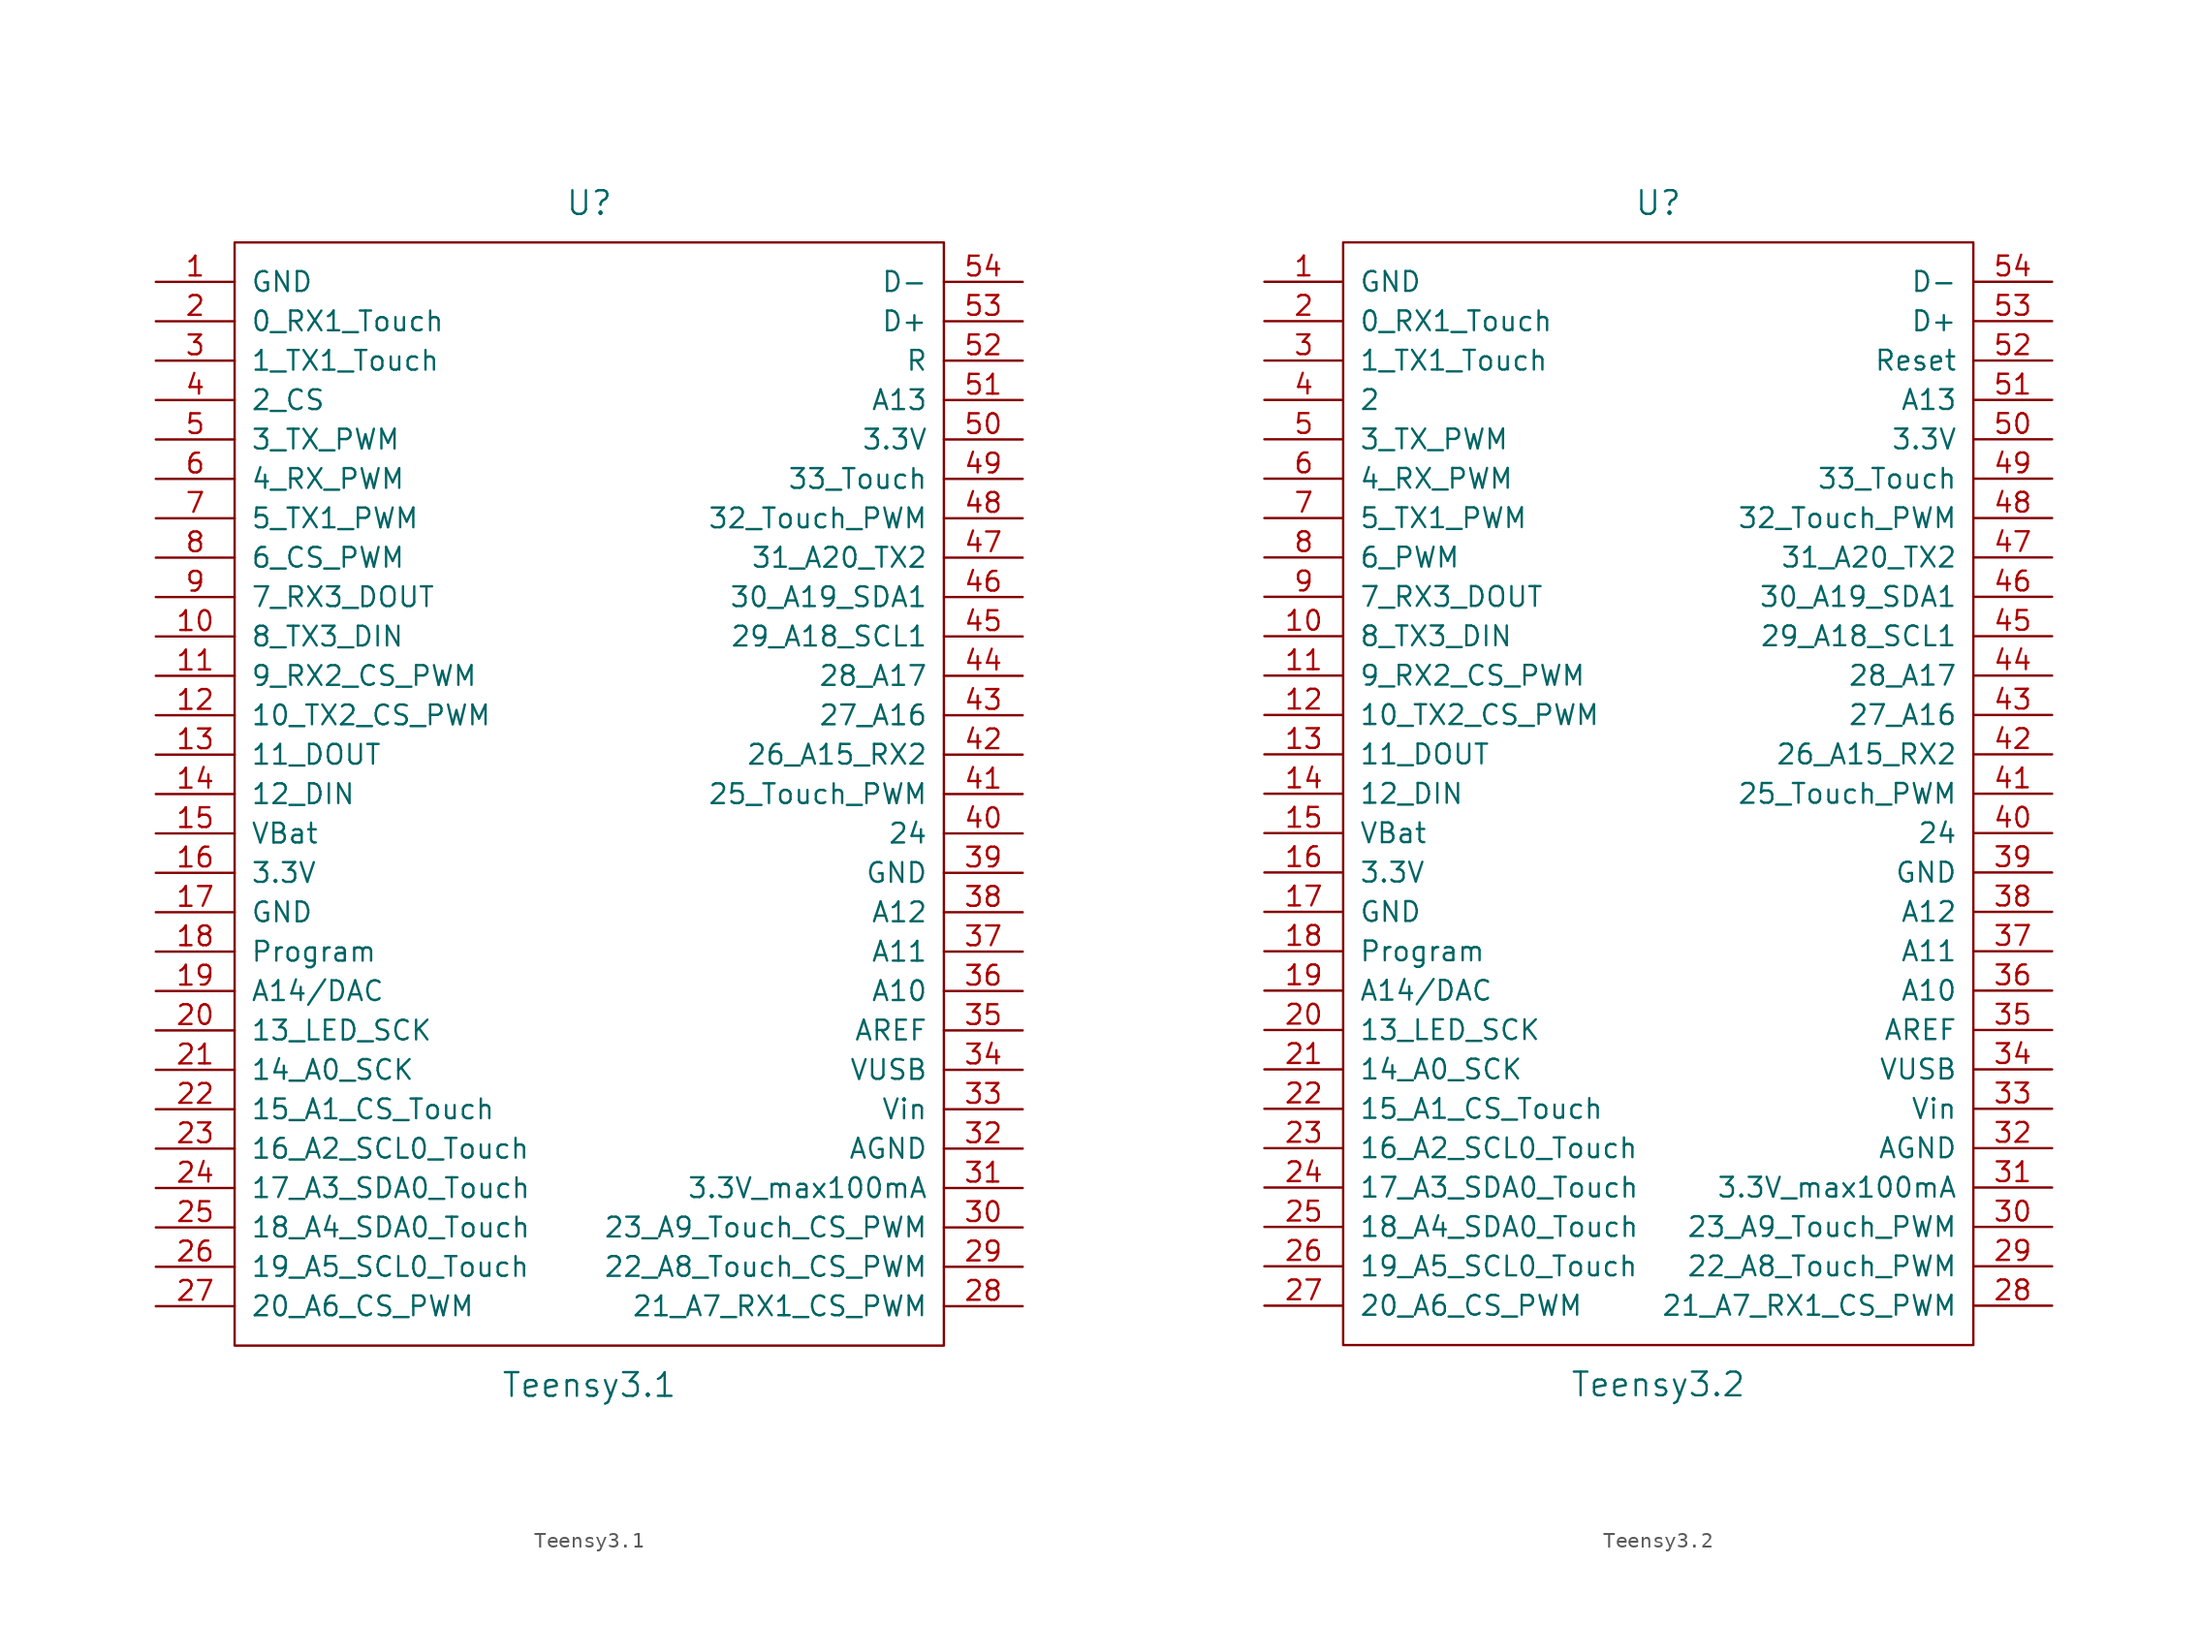
<source format=kicad_sym>
(kicad_symbol_lib
  (version 20211014)
  (generator kicad_symbol_editor)
  (symbol "Teensy3.1"
    (pin_names
      (offset 1.016))
    (property "Reference" "U"
      (at 0 38.1 0)
      (effects (font (size 1.524 1.524))))
    (property "Value" "Teensy3.1"
      (at 0 -38.1 0)
      (effects (font (size 1.524 1.524))))
    (property "Footprint" ""
      (at 0 -20.32 0)
      (effects (font (size 1.524 1.524))))
    (property "Datasheet" ""
      (at 0 -20.32 0)
      (effects (font (size 1.524 1.524))))
    (symbol "Teensy3.1_0_1"
      (rectangle (start -22.86 35.56) (end 22.86 -35.56) (stroke (width 0) (type default) (color 0 0 0 0)) (fill (type none))))
    (symbol "Teensy3.1_1_1"
      (pin power_in line (at -27.94 33.02 0) (length 5.08) (name "GND" (effects (font (size 1.27 1.27)))) (number "1" (effects (font (size 1.27 1.27)))))
      (pin bidirectional line (at -27.94 10.16 0) (length 5.08) (name "8_TX3_DIN" (effects (font (size 1.27 1.27)))) (number "10" (effects (font (size 1.27 1.27)))))
      (pin bidirectional line (at -27.94 7.62 0) (length 5.08) (name "9_RX2_CS_PWM" (effects (font (size 1.27 1.27)))) (number "11" (effects (font (size 1.27 1.27)))))
      (pin bidirectional line (at -27.94 5.08 0) (length 5.08) (name "10_TX2_CS_PWM" (effects (font (size 1.27 1.27)))) (number "12" (effects (font (size 1.27 1.27)))))
      (pin bidirectional line (at -27.94 2.54 0) (length 5.08) (name "11_DOUT" (effects (font (size 1.27 1.27)))) (number "13" (effects (font (size 1.27 1.27)))))
      (pin bidirectional line (at -27.94 0 0) (length 5.08) (name "12_DIN" (effects (font (size 1.27 1.27)))) (number "14" (effects (font (size 1.27 1.27)))))
      (pin power_in line (at -27.94 -2.54 0) (length 5.08) (name "VBat" (effects (font (size 1.27 1.27)))) (number "15" (effects (font (size 1.27 1.27)))))
      (pin power_in line (at -27.94 -5.08 0) (length 5.08) (name "3.3V" (effects (font (size 1.27 1.27)))) (number "16" (effects (font (size 1.27 1.27)))))
      (pin power_in line (at -27.94 -7.62 0) (length 5.08) (name "GND" (effects (font (size 1.27 1.27)))) (number "17" (effects (font (size 1.27 1.27)))))
      (pin input line (at -27.94 -10.16 0) (length 5.08) (name "Program" (effects (font (size 1.27 1.27)))) (number "18" (effects (font (size 1.27 1.27)))))
      (pin bidirectional line (at -27.94 -12.7 0) (length 5.08) (name "A14/DAC" (effects (font (size 1.27 1.27)))) (number "19" (effects (font (size 1.27 1.27)))))
      (pin bidirectional line (at -27.94 30.48 0) (length 5.08) (name "0_RX1_Touch" (effects (font (size 1.27 1.27)))) (number "2" (effects (font (size 1.27 1.27)))))
      (pin bidirectional line (at -27.94 -15.24 0) (length 5.08) (name "13_LED_SCK" (effects (font (size 1.27 1.27)))) (number "20" (effects (font (size 1.27 1.27)))))
      (pin bidirectional line (at -27.94 -17.78 0) (length 5.08) (name "14_A0_SCK" (effects (font (size 1.27 1.27)))) (number "21" (effects (font (size 1.27 1.27)))))
      (pin bidirectional line (at -27.94 -20.32 0) (length 5.08) (name "15_A1_CS_Touch" (effects (font (size 1.27 1.27)))) (number "22" (effects (font (size 1.27 1.27)))))
      (pin bidirectional line (at -27.94 -22.86 0) (length 5.08) (name "16_A2_SCL0_Touch" (effects (font (size 1.27 1.27)))) (number "23" (effects (font (size 1.27 1.27)))))
      (pin bidirectional line (at -27.94 -25.4 0) (length 5.08) (name "17_A3_SDA0_Touch" (effects (font (size 1.27 1.27)))) (number "24" (effects (font (size 1.27 1.27)))))
      (pin bidirectional line (at -27.94 -27.94 0) (length 5.08) (name "18_A4_SDA0_Touch" (effects (font (size 1.27 1.27)))) (number "25" (effects (font (size 1.27 1.27)))))
      (pin bidirectional line (at -27.94 -30.48 0) (length 5.08) (name "19_A5_SCL0_Touch" (effects (font (size 1.27 1.27)))) (number "26" (effects (font (size 1.27 1.27)))))
      (pin bidirectional line (at -27.94 -33.02 0) (length 5.08) (name "20_A6_CS_PWM" (effects (font (size 1.27 1.27)))) (number "27" (effects (font (size 1.27 1.27)))))
      (pin bidirectional line (at 27.94 -33.02 180) (length 5.08) (name "21_A7_RX1_CS_PWM" (effects (font (size 1.27 1.27)))) (number "28" (effects (font (size 1.27 1.27)))))
      (pin bidirectional line (at 27.94 -30.48 180) (length 5.08) (name "22_A8_Touch_CS_PWM" (effects (font (size 1.27 1.27)))) (number "29" (effects (font (size 1.27 1.27)))))
      (pin bidirectional line (at -27.94 27.94 0) (length 5.08) (name "1_TX1_Touch" (effects (font (size 1.27 1.27)))) (number "3" (effects (font (size 1.27 1.27)))))
      (pin bidirectional line (at 27.94 -27.94 180) (length 5.08) (name "23_A9_Touch_CS_PWM" (effects (font (size 1.27 1.27)))) (number "30" (effects (font (size 1.27 1.27)))))
      (pin power_out line (at 27.94 -25.4 180) (length 5.08) (name "3.3V_max100mA" (effects (font (size 1.27 1.27)))) (number "31" (effects (font (size 1.27 1.27)))))
      (pin power_out line (at 27.94 -22.86 180) (length 5.08) (name "AGND" (effects (font (size 1.27 1.27)))) (number "32" (effects (font (size 1.27 1.27)))))
      (pin power_in line (at 27.94 -20.32 180) (length 5.08) (name "Vin" (effects (font (size 1.27 1.27)))) (number "33" (effects (font (size 1.27 1.27)))))
      (pin power_in line (at 27.94 -17.78 180) (length 5.08) (name "VUSB" (effects (font (size 1.27 1.27)))) (number "34" (effects (font (size 1.27 1.27)))))
      (pin input line (at 27.94 -15.24 180) (length 5.08) (name "AREF" (effects (font (size 1.27 1.27)))) (number "35" (effects (font (size 1.27 1.27)))))
      (pin bidirectional line (at 27.94 -12.7 180) (length 5.08) (name "A10" (effects (font (size 1.27 1.27)))) (number "36" (effects (font (size 1.27 1.27)))))
      (pin bidirectional line (at 27.94 -10.16 180) (length 5.08) (name "A11" (effects (font (size 1.27 1.27)))) (number "37" (effects (font (size 1.27 1.27)))))
      (pin bidirectional line (at 27.94 -7.62 180) (length 5.08) (name "A12" (effects (font (size 1.27 1.27)))) (number "38" (effects (font (size 1.27 1.27)))))
      (pin power_in line (at 27.94 -5.08 180) (length 5.08) (name "GND" (effects (font (size 1.27 1.27)))) (number "39" (effects (font (size 1.27 1.27)))))
      (pin bidirectional line (at -27.94 25.4 0) (length 5.08) (name "2_CS" (effects (font (size 1.27 1.27)))) (number "4" (effects (font (size 1.27 1.27)))))
      (pin bidirectional line (at 27.94 -2.54 180) (length 5.08) (name "24" (effects (font (size 1.27 1.27)))) (number "40" (effects (font (size 1.27 1.27)))))
      (pin bidirectional line (at 27.94 0 180) (length 5.08) (name "25_Touch_PWM" (effects (font (size 1.27 1.27)))) (number "41" (effects (font (size 1.27 1.27)))))
      (pin bidirectional line (at 27.94 2.54 180) (length 5.08) (name "26_A15_RX2" (effects (font (size 1.27 1.27)))) (number "42" (effects (font (size 1.27 1.27)))))
      (pin bidirectional line (at 27.94 5.08 180) (length 5.08) (name "27_A16" (effects (font (size 1.27 1.27)))) (number "43" (effects (font (size 1.27 1.27)))))
      (pin bidirectional line (at 27.94 7.62 180) (length 5.08) (name "28_A17" (effects (font (size 1.27 1.27)))) (number "44" (effects (font (size 1.27 1.27)))))
      (pin bidirectional line (at 27.94 10.16 180) (length 5.08) (name "29_A18_SCL1" (effects (font (size 1.27 1.27)))) (number "45" (effects (font (size 1.27 1.27)))))
      (pin bidirectional line (at 27.94 12.7 180) (length 5.08) (name "30_A19_SDA1" (effects (font (size 1.27 1.27)))) (number "46" (effects (font (size 1.27 1.27)))))
      (pin bidirectional line (at 27.94 15.24 180) (length 5.08) (name "31_A20_TX2" (effects (font (size 1.27 1.27)))) (number "47" (effects (font (size 1.27 1.27)))))
      (pin bidirectional line (at 27.94 17.78 180) (length 5.08) (name "32_Touch_PWM" (effects (font (size 1.27 1.27)))) (number "48" (effects (font (size 1.27 1.27)))))
      (pin bidirectional line (at 27.94 20.32 180) (length 5.08) (name "33_Touch" (effects (font (size 1.27 1.27)))) (number "49" (effects (font (size 1.27 1.27)))))
      (pin bidirectional line (at -27.94 22.86 0) (length 5.08) (name "3_TX_PWM" (effects (font (size 1.27 1.27)))) (number "5" (effects (font (size 1.27 1.27)))))
      (pin power_in line (at 27.94 22.86 180) (length 5.08) (name "3.3V" (effects (font (size 1.27 1.27)))) (number "50" (effects (font (size 1.27 1.27)))))
      (pin bidirectional line (at 27.94 25.4 180) (length 5.08) (name "A13" (effects (font (size 1.27 1.27)))) (number "51" (effects (font (size 1.27 1.27)))))
      (pin input line (at 27.94 27.94 180) (length 5.08) (name "R" (effects (font (size 1.27 1.27)))) (number "52" (effects (font (size 1.27 1.27)))))
      (pin bidirectional line (at 27.94 30.48 180) (length 5.08) (name "D+" (effects (font (size 1.27 1.27)))) (number "53" (effects (font (size 1.27 1.27)))))
      (pin bidirectional line (at 27.94 33.02 180) (length 5.08) (name "D-" (effects (font (size 1.27 1.27)))) (number "54" (effects (font (size 1.27 1.27)))))
      (pin bidirectional line (at -27.94 20.32 0) (length 5.08) (name "4_RX_PWM" (effects (font (size 1.27 1.27)))) (number "6" (effects (font (size 1.27 1.27)))))
      (pin bidirectional line (at -27.94 17.78 0) (length 5.08) (name "5_TX1_PWM" (effects (font (size 1.27 1.27)))) (number "7" (effects (font (size 1.27 1.27)))))
      (pin bidirectional line (at -27.94 15.24 0) (length 5.08) (name "6_CS_PWM" (effects (font (size 1.27 1.27)))) (number "8" (effects (font (size 1.27 1.27)))))
      (pin bidirectional line (at -27.94 12.7 0) (length 5.08) (name "7_RX3_DOUT" (effects (font (size 1.27 1.27)))) (number "9" (effects (font (size 1.27 1.27)))))))
  (symbol "Teensy3.2"
    (pin_names
      (offset 1.016))
    (property "Reference" "U"
      (at 0 38.1 0)
      (effects (font (size 1.524 1.524))))
    (property "Value" "Teensy3.2"
      (at 0 -38.1 0)
      (effects (font (size 1.524 1.524))))
    (property "Footprint" ""
      (at 0 -20.32 0)
      (effects (font (size 1.524 1.524))))
    (property "Datasheet" ""
      (at 0 -20.32 0)
      (effects (font (size 1.524 1.524))))
    (symbol "Teensy3.2_0_1"
      (rectangle (start -20.32 35.56) (end 20.32 -35.56) (stroke (width 0) (type default) (color 0 0 0 0)) (fill (type none))))
    (symbol "Teensy3.2_1_1"
      (pin power_in line (at -25.4 33.02 0) (length 5.08) (name "GND" (effects (font (size 1.27 1.27)))) (number "1" (effects (font (size 1.27 1.27)))))
      (pin bidirectional line (at -25.4 10.16 0) (length 5.08) (name "8_TX3_DIN" (effects (font (size 1.27 1.27)))) (number "10" (effects (font (size 1.27 1.27)))))
      (pin bidirectional line (at -25.4 7.62 0) (length 5.08) (name "9_RX2_CS_PWM" (effects (font (size 1.27 1.27)))) (number "11" (effects (font (size 1.27 1.27)))))
      (pin bidirectional line (at -25.4 5.08 0) (length 5.08) (name "10_TX2_CS_PWM" (effects (font (size 1.27 1.27)))) (number "12" (effects (font (size 1.27 1.27)))))
      (pin bidirectional line (at -25.4 2.54 0) (length 5.08) (name "11_DOUT" (effects (font (size 1.27 1.27)))) (number "13" (effects (font (size 1.27 1.27)))))
      (pin bidirectional line (at -25.4 0 0) (length 5.08) (name "12_DIN" (effects (font (size 1.27 1.27)))) (number "14" (effects (font (size 1.27 1.27)))))
      (pin power_in line (at -25.4 -2.54 0) (length 5.08) (name "VBat" (effects (font (size 1.27 1.27)))) (number "15" (effects (font (size 1.27 1.27)))))
      (pin power_out line (at -25.4 -5.08 0) (length 5.08) (name "3.3V" (effects (font (size 1.27 1.27)))) (number "16" (effects (font (size 1.27 1.27)))))
      (pin power_in line (at -25.4 -7.62 0) (length 5.08) (name "GND" (effects (font (size 1.27 1.27)))) (number "17" (effects (font (size 1.27 1.27)))))
      (pin input line (at -25.4 -10.16 0) (length 5.08) (name "Program" (effects (font (size 1.27 1.27)))) (number "18" (effects (font (size 1.27 1.27)))))
      (pin bidirectional line (at -25.4 -12.7 0) (length 5.08) (name "A14/DAC" (effects (font (size 1.27 1.27)))) (number "19" (effects (font (size 1.27 1.27)))))
      (pin bidirectional line (at -25.4 30.48 0) (length 5.08) (name "0_RX1_Touch" (effects (font (size 1.27 1.27)))) (number "2" (effects (font (size 1.27 1.27)))))
      (pin bidirectional line (at -25.4 -15.24 0) (length 5.08) (name "13_LED_SCK" (effects (font (size 1.27 1.27)))) (number "20" (effects (font (size 1.27 1.27)))))
      (pin bidirectional line (at -25.4 -17.78 0) (length 5.08) (name "14_A0_SCK" (effects (font (size 1.27 1.27)))) (number "21" (effects (font (size 1.27 1.27)))))
      (pin bidirectional line (at -25.4 -20.32 0) (length 5.08) (name "15_A1_CS_Touch" (effects (font (size 1.27 1.27)))) (number "22" (effects (font (size 1.27 1.27)))))
      (pin bidirectional line (at -25.4 -22.86 0) (length 5.08) (name "16_A2_SCL0_Touch" (effects (font (size 1.27 1.27)))) (number "23" (effects (font (size 1.27 1.27)))))
      (pin bidirectional line (at -25.4 -25.4 0) (length 5.08) (name "17_A3_SDA0_Touch" (effects (font (size 1.27 1.27)))) (number "24" (effects (font (size 1.27 1.27)))))
      (pin bidirectional line (at -25.4 -27.94 0) (length 5.08) (name "18_A4_SDA0_Touch" (effects (font (size 1.27 1.27)))) (number "25" (effects (font (size 1.27 1.27)))))
      (pin bidirectional line (at -25.4 -30.48 0) (length 5.08) (name "19_A5_SCL0_Touch" (effects (font (size 1.27 1.27)))) (number "26" (effects (font (size 1.27 1.27)))))
      (pin bidirectional line (at -25.4 -33.02 0) (length 5.08) (name "20_A6_CS_PWM" (effects (font (size 1.27 1.27)))) (number "27" (effects (font (size 1.27 1.27)))))
      (pin bidirectional line (at 25.4 -33.02 180) (length 5.08) (name "21_A7_RX1_CS_PWM" (effects (font (size 1.27 1.27)))) (number "28" (effects (font (size 1.27 1.27)))))
      (pin bidirectional line (at 25.4 -30.48 180) (length 5.08) (name "22_A8_Touch_PWM" (effects (font (size 1.27 1.27)))) (number "29" (effects (font (size 1.27 1.27)))))
      (pin bidirectional line (at -25.4 27.94 0) (length 5.08) (name "1_TX1_Touch" (effects (font (size 1.27 1.27)))) (number "3" (effects (font (size 1.27 1.27)))))
      (pin bidirectional line (at 25.4 -27.94 180) (length 5.08) (name "23_A9_Touch_PWM" (effects (font (size 1.27 1.27)))) (number "30" (effects (font (size 1.27 1.27)))))
      (pin power_out line (at 25.4 -25.4 180) (length 5.08) (name "3.3V_max100mA" (effects (font (size 1.27 1.27)))) (number "31" (effects (font (size 1.27 1.27)))))
      (pin power_out line (at 25.4 -22.86 180) (length 5.08) (name "AGND" (effects (font (size 1.27 1.27)))) (number "32" (effects (font (size 1.27 1.27)))))
      (pin power_in line (at 25.4 -20.32 180) (length 5.08) (name "Vin" (effects (font (size 1.27 1.27)))) (number "33" (effects (font (size 1.27 1.27)))))
      (pin power_in line (at 25.4 -17.78 180) (length 5.08) (name "VUSB" (effects (font (size 1.27 1.27)))) (number "34" (effects (font (size 1.27 1.27)))))
      (pin input line (at 25.4 -15.24 180) (length 5.08) (name "AREF" (effects (font (size 1.27 1.27)))) (number "35" (effects (font (size 1.27 1.27)))))
      (pin bidirectional line (at 25.4 -12.7 180) (length 5.08) (name "A10" (effects (font (size 1.27 1.27)))) (number "36" (effects (font (size 1.27 1.27)))))
      (pin bidirectional line (at 25.4 -10.16 180) (length 5.08) (name "A11" (effects (font (size 1.27 1.27)))) (number "37" (effects (font (size 1.27 1.27)))))
      (pin bidirectional line (at 25.4 -7.62 180) (length 5.08) (name "A12" (effects (font (size 1.27 1.27)))) (number "38" (effects (font (size 1.27 1.27)))))
      (pin power_in line (at 25.4 -5.08 180) (length 5.08) (name "GND" (effects (font (size 1.27 1.27)))) (number "39" (effects (font (size 1.27 1.27)))))
      (pin bidirectional line (at -25.4 25.4 0) (length 5.08) (name "2" (effects (font (size 1.27 1.27)))) (number "4" (effects (font (size 1.27 1.27)))))
      (pin bidirectional line (at 25.4 -2.54 180) (length 5.08) (name "24" (effects (font (size 1.27 1.27)))) (number "40" (effects (font (size 1.27 1.27)))))
      (pin bidirectional line (at 25.4 0 180) (length 5.08) (name "25_Touch_PWM" (effects (font (size 1.27 1.27)))) (number "41" (effects (font (size 1.27 1.27)))))
      (pin bidirectional line (at 25.4 2.54 180) (length 5.08) (name "26_A15_RX2" (effects (font (size 1.27 1.27)))) (number "42" (effects (font (size 1.27 1.27)))))
      (pin bidirectional line (at 25.4 5.08 180) (length 5.08) (name "27_A16" (effects (font (size 1.27 1.27)))) (number "43" (effects (font (size 1.27 1.27)))))
      (pin bidirectional line (at 25.4 7.62 180) (length 5.08) (name "28_A17" (effects (font (size 1.27 1.27)))) (number "44" (effects (font (size 1.27 1.27)))))
      (pin bidirectional line (at 25.4 10.16 180) (length 5.08) (name "29_A18_SCL1" (effects (font (size 1.27 1.27)))) (number "45" (effects (font (size 1.27 1.27)))))
      (pin bidirectional line (at 25.4 12.7 180) (length 5.08) (name "30_A19_SDA1" (effects (font (size 1.27 1.27)))) (number "46" (effects (font (size 1.27 1.27)))))
      (pin bidirectional line (at 25.4 15.24 180) (length 5.08) (name "31_A20_TX2" (effects (font (size 1.27 1.27)))) (number "47" (effects (font (size 1.27 1.27)))))
      (pin bidirectional line (at 25.4 17.78 180) (length 5.08) (name "32_Touch_PWM" (effects (font (size 1.27 1.27)))) (number "48" (effects (font (size 1.27 1.27)))))
      (pin bidirectional line (at 25.4 20.32 180) (length 5.08) (name "33_Touch" (effects (font (size 1.27 1.27)))) (number "49" (effects (font (size 1.27 1.27)))))
      (pin bidirectional line (at -25.4 22.86 0) (length 5.08) (name "3_TX_PWM" (effects (font (size 1.27 1.27)))) (number "5" (effects (font (size 1.27 1.27)))))
      (pin power_out line (at 25.4 22.86 180) (length 5.08) (name "3.3V" (effects (font (size 1.27 1.27)))) (number "50" (effects (font (size 1.27 1.27)))))
      (pin bidirectional line (at 25.4 25.4 180) (length 5.08) (name "A13" (effects (font (size 1.27 1.27)))) (number "51" (effects (font (size 1.27 1.27)))))
      (pin input line (at 25.4 27.94 180) (length 5.08) (name "Reset" (effects (font (size 1.27 1.27)))) (number "52" (effects (font (size 1.27 1.27)))))
      (pin bidirectional line (at 25.4 30.48 180) (length 5.08) (name "D+" (effects (font (size 1.27 1.27)))) (number "53" (effects (font (size 1.27 1.27)))))
      (pin bidirectional line (at 25.4 33.02 180) (length 5.08) (name "D-" (effects (font (size 1.27 1.27)))) (number "54" (effects (font (size 1.27 1.27)))))
      (pin bidirectional line (at -25.4 20.32 0) (length 5.08) (name "4_RX_PWM" (effects (font (size 1.27 1.27)))) (number "6" (effects (font (size 1.27 1.27)))))
      (pin bidirectional line (at -25.4 17.78 0) (length 5.08) (name "5_TX1_PWM" (effects (font (size 1.27 1.27)))) (number "7" (effects (font (size 1.27 1.27)))))
      (pin bidirectional line (at -25.4 15.24 0) (length 5.08) (name "6_PWM" (effects (font (size 1.27 1.27)))) (number "8" (effects (font (size 1.27 1.27)))))
      (pin bidirectional line (at -25.4 12.7 0) (length 5.08) (name "7_RX3_DOUT" (effects (font (size 1.27 1.27)))) (number "9" (effects (font (size 1.27 1.27))))))))
</source>
